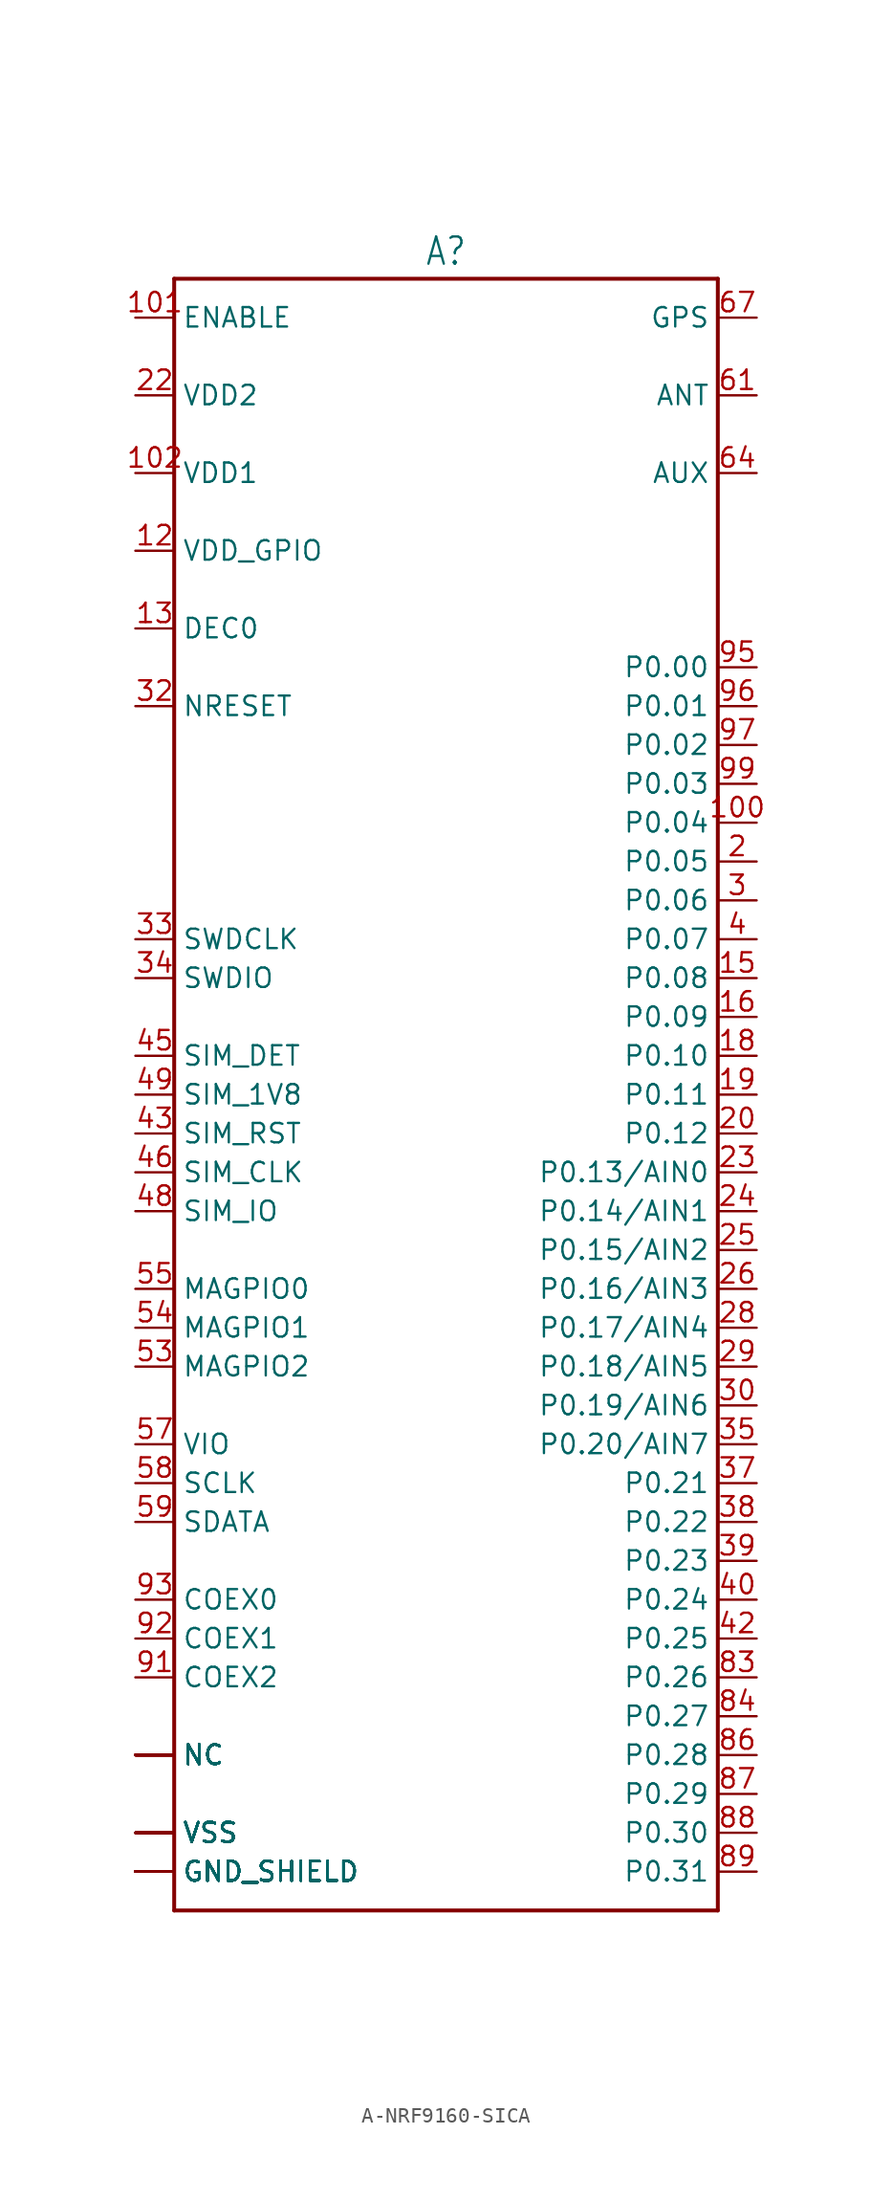
<source format=kicad_sym>
(kicad_symbol_lib
  (version 20231120)
  (generator "kicad_symbol_editor")
  (generator_version "8.0")
  (symbol "A-NRF9160-SICA"
    (property "Reference" "A"
      (at 0 51.562 0)
      (effects (font (size 1.778 1.511)) (justify bottom)))
    (property "Value" ""
      (at 0 -56.642 0)
      (effects (font (size 1.778 1.511)) (justify top)))
    (property "ki_locked" ""
      (at 0 0 0)
      (effects (font (size 1.27 1.27))))
    (symbol "A-NRF9160-SICA_1_0"
      (polyline (pts (xy -17.78 -55.88) (xy -17.78 50.8)) (stroke (width 0.254) (type solid)) (fill (type none)))
      (polyline (pts (xy -17.78 -55.88) (xy 17.78 -55.88)) (stroke (width 0.254) (type solid)) (fill (type none)))
      (polyline (pts (xy 17.78 50.8) (xy -17.78 50.8)) (stroke (width 0.254) (type solid)) (fill (type none)))
      (polyline (pts (xy 17.78 50.8) (xy 17.78 -55.88)) (stroke (width 0.254) (type solid)) (fill (type none)))
      (pin passive line (at -20.32 -53.34 0) (length 2.54) (name "GND_SHIELD" (effects (font (size 1.27 1.27)))) (number "1" (effects (font (size 0 0)))))
      (pin passive line (at -20.32 -45.72 0) (length 2.54) (name "NC" (effects (font (size 1.27 1.27)))) (number "10" (effects (font (size 0 0)))))
      (pin passive line (at 20.32 15.24 180) (length 2.54) (name "P0.04" (effects (font (size 1.27 1.27)))) (number "100" (effects (font (size 1.27 1.27)))))
      (pin passive line (at -20.32 48.26 0) (length 2.54) (name "ENABLE" (effects (font (size 1.27 1.27)))) (number "101" (effects (font (size 1.27 1.27)))))
      (pin passive line (at -20.32 38.1 0) (length 2.54) (name "VDD1" (effects (font (size 1.27 1.27)))) (number "102" (effects (font (size 1.27 1.27)))))
      (pin passive line (at -20.32 -45.72 0) (length 2.54) (name "NC" (effects (font (size 1.27 1.27)))) (number "104" (effects (font (size 0 0)))))
      (pin passive line (at -20.32 -45.72 0) (length 2.54) (name "NC" (effects (font (size 1.27 1.27)))) (number "105" (effects (font (size 0 0)))))
      (pin passive line (at -20.32 -45.72 0) (length 2.54) (name "NC" (effects (font (size 1.27 1.27)))) (number "106" (effects (font (size 0 0)))))
      (pin passive line (at -20.32 -45.72 0) (length 2.54) (name "NC" (effects (font (size 1.27 1.27)))) (number "107" (effects (font (size 0 0)))))
      (pin passive line (at -20.32 -45.72 0) (length 2.54) (name "NC" (effects (font (size 1.27 1.27)))) (number "108" (effects (font (size 0 0)))))
      (pin passive line (at -20.32 -45.72 0) (length 2.54) (name "NC" (effects (font (size 1.27 1.27)))) (number "109" (effects (font (size 0 0)))))
      (pin passive line (at -20.32 -45.72 0) (length 2.54) (name "NC" (effects (font (size 1.27 1.27)))) (number "11" (effects (font (size 0 0)))))
      (pin passive line (at -20.32 -45.72 0) (length 2.54) (name "NC" (effects (font (size 1.27 1.27)))) (number "110" (effects (font (size 0 0)))))
      (pin passive line (at -20.32 -45.72 0) (length 2.54) (name "NC" (effects (font (size 1.27 1.27)))) (number "111" (effects (font (size 0 0)))))
      (pin passive line (at -20.32 -45.72 0) (length 2.54) (name "NC" (effects (font (size 1.27 1.27)))) (number "112" (effects (font (size 0 0)))))
      (pin passive line (at -20.32 -45.72 0) (length 2.54) (name "NC" (effects (font (size 1.27 1.27)))) (number "113" (effects (font (size 0 0)))))
      (pin passive line (at -20.32 -45.72 0) (length 2.54) (name "NC" (effects (font (size 1.27 1.27)))) (number "114" (effects (font (size 0 0)))))
      (pin passive line (at -20.32 -45.72 0) (length 2.54) (name "NC" (effects (font (size 1.27 1.27)))) (number "115" (effects (font (size 0 0)))))
      (pin passive line (at -20.32 -45.72 0) (length 2.54) (name "NC" (effects (font (size 1.27 1.27)))) (number "116" (effects (font (size 0 0)))))
      (pin passive line (at -20.32 -45.72 0) (length 2.54) (name "NC" (effects (font (size 1.27 1.27)))) (number "117" (effects (font (size 0 0)))))
      (pin passive line (at -20.32 -45.72 0) (length 2.54) (name "NC" (effects (font (size 1.27 1.27)))) (number "118" (effects (font (size 0 0)))))
      (pin passive line (at -20.32 -45.72 0) (length 2.54) (name "NC" (effects (font (size 1.27 1.27)))) (number "119" (effects (font (size 0 0)))))
      (pin passive line (at -20.32 33.02 0) (length 2.54) (name "VDD_GPIO" (effects (font (size 1.27 1.27)))) (number "12" (effects (font (size 1.27 1.27)))))
      (pin passive line (at -20.32 -45.72 0) (length 2.54) (name "NC" (effects (font (size 1.27 1.27)))) (number "120" (effects (font (size 0 0)))))
      (pin passive line (at -20.32 -45.72 0) (length 2.54) (name "NC" (effects (font (size 1.27 1.27)))) (number "121" (effects (font (size 0 0)))))
      (pin passive line (at -20.32 -45.72 0) (length 2.54) (name "NC" (effects (font (size 1.27 1.27)))) (number "122" (effects (font (size 0 0)))))
      (pin passive line (at -20.32 -45.72 0) (length 2.54) (name "NC" (effects (font (size 1.27 1.27)))) (number "123" (effects (font (size 0 0)))))
      (pin passive line (at -20.32 -45.72 0) (length 2.54) (name "NC" (effects (font (size 1.27 1.27)))) (number "124" (effects (font (size 0 0)))))
      (pin passive line (at -20.32 -45.72 0) (length 2.54) (name "NC" (effects (font (size 1.27 1.27)))) (number "125" (effects (font (size 0 0)))))
      (pin passive line (at -20.32 -45.72 0) (length 2.54) (name "NC" (effects (font (size 1.27 1.27)))) (number "126" (effects (font (size 0 0)))))
      (pin passive line (at -20.32 -45.72 0) (length 2.54) (name "NC" (effects (font (size 1.27 1.27)))) (number "127" (effects (font (size 0 0)))))
      (pin passive line (at -20.32 27.94 0) (length 2.54) (name "DEC0" (effects (font (size 1.27 1.27)))) (number "13" (effects (font (size 1.27 1.27)))))
      (pin passive line (at -20.32 -53.34 0) (length 2.54) (name "GND_SHIELD" (effects (font (size 1.27 1.27)))) (number "14" (effects (font (size 0 0)))))
      (pin passive line (at 20.32 5.08 180) (length 2.54) (name "P0.08" (effects (font (size 1.27 1.27)))) (number "15" (effects (font (size 1.27 1.27)))))
      (pin passive line (at 20.32 2.54 180) (length 2.54) (name "P0.09" (effects (font (size 1.27 1.27)))) (number "16" (effects (font (size 1.27 1.27)))))
      (pin passive line (at -20.32 -53.34 0) (length 2.54) (name "GND_SHIELD" (effects (font (size 1.27 1.27)))) (number "17" (effects (font (size 0 0)))))
      (pin passive line (at 20.32 0 180) (length 2.54) (name "P0.10" (effects (font (size 1.27 1.27)))) (number "18" (effects (font (size 1.27 1.27)))))
      (pin passive line (at 20.32 -2.54 180) (length 2.54) (name "P0.11" (effects (font (size 1.27 1.27)))) (number "19" (effects (font (size 1.27 1.27)))))
      (pin passive line (at 20.32 12.7 180) (length 2.54) (name "P0.05" (effects (font (size 1.27 1.27)))) (number "2" (effects (font (size 1.27 1.27)))))
      (pin passive line (at 20.32 -5.08 180) (length 2.54) (name "P0.12" (effects (font (size 1.27 1.27)))) (number "20" (effects (font (size 1.27 1.27)))))
      (pin passive line (at -20.32 -53.34 0) (length 2.54) (name "GND_SHIELD" (effects (font (size 1.27 1.27)))) (number "21" (effects (font (size 0 0)))))
      (pin passive line (at -20.32 43.18 0) (length 2.54) (name "VDD2" (effects (font (size 1.27 1.27)))) (number "22" (effects (font (size 1.27 1.27)))))
      (pin passive line (at 20.32 -7.62 180) (length 2.54) (name "P0.13/AIN0" (effects (font (size 1.27 1.27)))) (number "23" (effects (font (size 1.27 1.27)))))
      (pin passive line (at 20.32 -10.16 180) (length 2.54) (name "P0.14/AIN1" (effects (font (size 1.27 1.27)))) (number "24" (effects (font (size 1.27 1.27)))))
      (pin passive line (at 20.32 -12.7 180) (length 2.54) (name "P0.15/AIN2" (effects (font (size 1.27 1.27)))) (number "25" (effects (font (size 1.27 1.27)))))
      (pin passive line (at 20.32 -15.24 180) (length 2.54) (name "P0.16/AIN3" (effects (font (size 1.27 1.27)))) (number "26" (effects (font (size 1.27 1.27)))))
      (pin passive line (at -20.32 -53.34 0) (length 2.54) (name "GND_SHIELD" (effects (font (size 1.27 1.27)))) (number "27" (effects (font (size 0 0)))))
      (pin passive line (at 20.32 -17.78 180) (length 2.54) (name "P0.17/AIN4" (effects (font (size 1.27 1.27)))) (number "28" (effects (font (size 1.27 1.27)))))
      (pin passive line (at 20.32 -20.32 180) (length 2.54) (name "P0.18/AIN5" (effects (font (size 1.27 1.27)))) (number "29" (effects (font (size 1.27 1.27)))))
      (pin passive line (at 20.32 10.16 180) (length 2.54) (name "P0.06" (effects (font (size 1.27 1.27)))) (number "3" (effects (font (size 1.27 1.27)))))
      (pin passive line (at 20.32 -22.86 180) (length 2.54) (name "P0.19/AIN6" (effects (font (size 1.27 1.27)))) (number "30" (effects (font (size 1.27 1.27)))))
      (pin passive line (at -20.32 -53.34 0) (length 2.54) (name "GND_SHIELD" (effects (font (size 1.27 1.27)))) (number "31" (effects (font (size 0 0)))))
      (pin passive line (at -20.32 22.86 0) (length 2.54) (name "NRESET" (effects (font (size 1.27 1.27)))) (number "32" (effects (font (size 1.27 1.27)))))
      (pin passive line (at -20.32 7.62 0) (length 2.54) (name "SWDCLK" (effects (font (size 1.27 1.27)))) (number "33" (effects (font (size 1.27 1.27)))))
      (pin passive line (at -20.32 5.08 0) (length 2.54) (name "SWDIO" (effects (font (size 1.27 1.27)))) (number "34" (effects (font (size 1.27 1.27)))))
      (pin passive line (at 20.32 -25.4 180) (length 2.54) (name "P0.20/AIN7" (effects (font (size 1.27 1.27)))) (number "35" (effects (font (size 1.27 1.27)))))
      (pin passive line (at -20.32 -53.34 0) (length 2.54) (name "GND_SHIELD" (effects (font (size 1.27 1.27)))) (number "36" (effects (font (size 0 0)))))
      (pin passive line (at 20.32 -27.94 180) (length 2.54) (name "P0.21" (effects (font (size 1.27 1.27)))) (number "37" (effects (font (size 1.27 1.27)))))
      (pin passive line (at 20.32 -30.48 180) (length 2.54) (name "P0.22" (effects (font (size 1.27 1.27)))) (number "38" (effects (font (size 1.27 1.27)))))
      (pin passive line (at 20.32 -33.02 180) (length 2.54) (name "P0.23" (effects (font (size 1.27 1.27)))) (number "39" (effects (font (size 1.27 1.27)))))
      (pin passive line (at 20.32 7.62 180) (length 2.54) (name "P0.07" (effects (font (size 1.27 1.27)))) (number "4" (effects (font (size 1.27 1.27)))))
      (pin passive line (at 20.32 -35.56 180) (length 2.54) (name "P0.24" (effects (font (size 1.27 1.27)))) (number "40" (effects (font (size 1.27 1.27)))))
      (pin passive line (at -20.32 -53.34 0) (length 2.54) (name "GND_SHIELD" (effects (font (size 1.27 1.27)))) (number "41" (effects (font (size 0 0)))))
      (pin passive line (at 20.32 -38.1 180) (length 2.54) (name "P0.25" (effects (font (size 1.27 1.27)))) (number "42" (effects (font (size 1.27 1.27)))))
      (pin passive line (at -20.32 -5.08 0) (length 2.54) (name "SIM_RST" (effects (font (size 1.27 1.27)))) (number "43" (effects (font (size 1.27 1.27)))))
      (pin passive line (at -20.32 -53.34 0) (length 2.54) (name "GND_SHIELD" (effects (font (size 1.27 1.27)))) (number "44" (effects (font (size 0 0)))))
      (pin passive line (at -20.32 0 0) (length 2.54) (name "SIM_DET" (effects (font (size 1.27 1.27)))) (number "45" (effects (font (size 1.27 1.27)))))
      (pin passive line (at -20.32 -7.62 0) (length 2.54) (name "SIM_CLK" (effects (font (size 1.27 1.27)))) (number "46" (effects (font (size 1.27 1.27)))))
      (pin passive line (at -20.32 -53.34 0) (length 2.54) (name "GND_SHIELD" (effects (font (size 1.27 1.27)))) (number "47" (effects (font (size 0 0)))))
      (pin passive line (at -20.32 -10.16 0) (length 2.54) (name "SIM_IO" (effects (font (size 1.27 1.27)))) (number "48" (effects (font (size 1.27 1.27)))))
      (pin passive line (at -20.32 -2.54 0) (length 2.54) (name "SIM_1V8" (effects (font (size 1.27 1.27)))) (number "49" (effects (font (size 1.27 1.27)))))
      (pin passive line (at -20.32 -53.34 0) (length 2.54) (name "GND_SHIELD" (effects (font (size 1.27 1.27)))) (number "5" (effects (font (size 0 0)))))
      (pin passive line (at -20.32 -53.34 0) (length 2.54) (name "GND_SHIELD" (effects (font (size 1.27 1.27)))) (number "50" (effects (font (size 0 0)))))
      (pin passive line (at -20.32 -45.72 0) (length 2.54) (name "NC" (effects (font (size 1.27 1.27)))) (number "51" (effects (font (size 0 0)))))
      (pin passive line (at -20.32 -53.34 0) (length 2.54) (name "GND_SHIELD" (effects (font (size 1.27 1.27)))) (number "52" (effects (font (size 0 0)))))
      (pin passive line (at -20.32 -20.32 0) (length 2.54) (name "MAGPIO2" (effects (font (size 1.27 1.27)))) (number "53" (effects (font (size 1.27 1.27)))))
      (pin passive line (at -20.32 -17.78 0) (length 2.54) (name "MAGPIO1" (effects (font (size 1.27 1.27)))) (number "54" (effects (font (size 1.27 1.27)))))
      (pin passive line (at -20.32 -15.24 0) (length 2.54) (name "MAGPIO0" (effects (font (size 1.27 1.27)))) (number "55" (effects (font (size 1.27 1.27)))))
      (pin passive line (at -20.32 -53.34 0) (length 2.54) (name "GND_SHIELD" (effects (font (size 1.27 1.27)))) (number "56" (effects (font (size 0 0)))))
      (pin passive line (at -20.32 -25.4 0) (length 2.54) (name "VIO" (effects (font (size 1.27 1.27)))) (number "57" (effects (font (size 1.27 1.27)))))
      (pin passive line (at -20.32 -27.94 0) (length 2.54) (name "SCLK" (effects (font (size 1.27 1.27)))) (number "58" (effects (font (size 1.27 1.27)))))
      (pin passive line (at -20.32 -30.48 0) (length 2.54) (name "SDATA" (effects (font (size 1.27 1.27)))) (number "59" (effects (font (size 1.27 1.27)))))
      (pin passive line (at -20.32 -45.72 0) (length 2.54) (name "NC" (effects (font (size 1.27 1.27)))) (number "6" (effects (font (size 0 0)))))
      (pin passive line (at -20.32 -53.34 0) (length 2.54) (name "GND_SHIELD" (effects (font (size 1.27 1.27)))) (number "60" (effects (font (size 0 0)))))
      (pin passive line (at 20.32 43.18 180) (length 2.54) (name "ANT" (effects (font (size 1.27 1.27)))) (number "61" (effects (font (size 1.27 1.27)))))
      (pin passive line (at -20.32 -53.34 0) (length 2.54) (name "GND_SHIELD" (effects (font (size 1.27 1.27)))) (number "62" (effects (font (size 0 0)))))
      (pin passive line (at -20.32 -53.34 0) (length 2.54) (name "GND_SHIELD" (effects (font (size 1.27 1.27)))) (number "63" (effects (font (size 0 0)))))
      (pin passive line (at 20.32 38.1 180) (length 2.54) (name "AUX" (effects (font (size 1.27 1.27)))) (number "64" (effects (font (size 1.27 1.27)))))
      (pin passive line (at -20.32 -53.34 0) (length 2.54) (name "GND_SHIELD" (effects (font (size 1.27 1.27)))) (number "65" (effects (font (size 0 0)))))
      (pin passive line (at -20.32 -53.34 0) (length 2.54) (name "GND_SHIELD" (effects (font (size 1.27 1.27)))) (number "66" (effects (font (size 0 0)))))
      (pin passive line (at 20.32 48.26 180) (length 2.54) (name "GPS" (effects (font (size 1.27 1.27)))) (number "67" (effects (font (size 1.27 1.27)))))
      (pin passive line (at -20.32 -45.72 0) (length 2.54) (name "NC" (effects (font (size 1.27 1.27)))) (number "68" (effects (font (size 0 0)))))
      (pin passive line (at -20.32 -45.72 0) (length 2.54) (name "NC" (effects (font (size 1.27 1.27)))) (number "69" (effects (font (size 0 0)))))
      (pin passive line (at -20.32 -45.72 0) (length 2.54) (name "NC" (effects (font (size 1.27 1.27)))) (number "7" (effects (font (size 0 0)))))
      (pin passive line (at -20.32 -45.72 0) (length 2.54) (name "NC" (effects (font (size 1.27 1.27)))) (number "70" (effects (font (size 0 0)))))
      (pin passive line (at -20.32 -45.72 0) (length 2.54) (name "NC" (effects (font (size 1.27 1.27)))) (number "71" (effects (font (size 0 0)))))
      (pin passive line (at -20.32 -53.34 0) (length 2.54) (name "GND_SHIELD" (effects (font (size 1.27 1.27)))) (number "72" (effects (font (size 0 0)))))
      (pin passive line (at -20.32 -45.72 0) (length 2.54) (name "NC" (effects (font (size 1.27 1.27)))) (number "73" (effects (font (size 0 0)))))
      (pin passive line (at -20.32 -53.34 0) (length 2.54) (name "GND_SHIELD" (effects (font (size 1.27 1.27)))) (number "74" (effects (font (size 0 0)))))
      (pin passive line (at -20.32 -53.34 0) (length 2.54) (name "GND_SHIELD" (effects (font (size 1.27 1.27)))) (number "75" (effects (font (size 0 0)))))
      (pin passive line (at -20.32 -53.34 0) (length 2.54) (name "GND_SHIELD" (effects (font (size 1.27 1.27)))) (number "76" (effects (font (size 0 0)))))
      (pin passive line (at -20.32 -53.34 0) (length 2.54) (name "GND_SHIELD" (effects (font (size 1.27 1.27)))) (number "77" (effects (font (size 0 0)))))
      (pin passive line (at -20.32 -53.34 0) (length 2.54) (name "GND_SHIELD" (effects (font (size 1.27 1.27)))) (number "78" (effects (font (size 0 0)))))
      (pin passive line (at -20.32 -53.34 0) (length 2.54) (name "GND_SHIELD" (effects (font (size 1.27 1.27)))) (number "79" (effects (font (size 0 0)))))
      (pin passive line (at -20.32 -45.72 0) (length 2.54) (name "NC" (effects (font (size 1.27 1.27)))) (number "8" (effects (font (size 0 0)))))
      (pin passive line (at -20.32 -53.34 0) (length 2.54) (name "GND_SHIELD" (effects (font (size 1.27 1.27)))) (number "80" (effects (font (size 0 0)))))
      (pin passive line (at -20.32 -53.34 0) (length 2.54) (name "GND_SHIELD" (effects (font (size 1.27 1.27)))) (number "81" (effects (font (size 0 0)))))
      (pin passive line (at -20.32 -53.34 0) (length 2.54) (name "GND_SHIELD" (effects (font (size 1.27 1.27)))) (number "82" (effects (font (size 0 0)))))
      (pin passive line (at 20.32 -40.64 180) (length 2.54) (name "P0.26" (effects (font (size 1.27 1.27)))) (number "83" (effects (font (size 1.27 1.27)))))
      (pin passive line (at 20.32 -43.18 180) (length 2.54) (name "P0.27" (effects (font (size 1.27 1.27)))) (number "84" (effects (font (size 1.27 1.27)))))
      (pin passive line (at -20.32 -53.34 0) (length 2.54) (name "GND_SHIELD" (effects (font (size 1.27 1.27)))) (number "85" (effects (font (size 0 0)))))
      (pin passive line (at 20.32 -45.72 180) (length 2.54) (name "P0.28" (effects (font (size 1.27 1.27)))) (number "86" (effects (font (size 1.27 1.27)))))
      (pin passive line (at 20.32 -48.26 180) (length 2.54) (name "P0.29" (effects (font (size 1.27 1.27)))) (number "87" (effects (font (size 1.27 1.27)))))
      (pin passive line (at 20.32 -50.8 180) (length 2.54) (name "P0.30" (effects (font (size 1.27 1.27)))) (number "88" (effects (font (size 1.27 1.27)))))
      (pin passive line (at 20.32 -53.34 180) (length 2.54) (name "P0.31" (effects (font (size 1.27 1.27)))) (number "89" (effects (font (size 1.27 1.27)))))
      (pin passive line (at -20.32 -53.34 0) (length 2.54) (name "GND_SHIELD" (effects (font (size 1.27 1.27)))) (number "9" (effects (font (size 0 0)))))
      (pin passive line (at -20.32 -53.34 0) (length 2.54) (name "GND_SHIELD" (effects (font (size 1.27 1.27)))) (number "90" (effects (font (size 0 0)))))
      (pin passive line (at -20.32 -40.64 0) (length 2.54) (name "COEX2" (effects (font (size 1.27 1.27)))) (number "91" (effects (font (size 1.27 1.27)))))
      (pin passive line (at -20.32 -38.1 0) (length 2.54) (name "COEX1" (effects (font (size 1.27 1.27)))) (number "92" (effects (font (size 1.27 1.27)))))
      (pin passive line (at -20.32 -35.56 0) (length 2.54) (name "COEX0" (effects (font (size 1.27 1.27)))) (number "93" (effects (font (size 1.27 1.27)))))
      (pin passive line (at -20.32 -53.34 0) (length 2.54) (name "GND_SHIELD" (effects (font (size 1.27 1.27)))) (number "94" (effects (font (size 0 0)))))
      (pin passive line (at 20.32 25.4 180) (length 2.54) (name "P0.00" (effects (font (size 1.27 1.27)))) (number "95" (effects (font (size 1.27 1.27)))))
      (pin passive line (at 20.32 22.86 180) (length 2.54) (name "P0.01" (effects (font (size 1.27 1.27)))) (number "96" (effects (font (size 1.27 1.27)))))
      (pin passive line (at 20.32 20.32 180) (length 2.54) (name "P0.02" (effects (font (size 1.27 1.27)))) (number "97" (effects (font (size 1.27 1.27)))))
      (pin passive line (at -20.32 -53.34 0) (length 2.54) (name "GND_SHIELD" (effects (font (size 1.27 1.27)))) (number "98" (effects (font (size 0 0)))))
      (pin passive line (at 20.32 17.78 180) (length 2.54) (name "P0.03" (effects (font (size 1.27 1.27)))) (number "99" (effects (font (size 1.27 1.27)))))
      (pin passive line (at -20.32 -50.8 0) (length 2.54) (name "VSS" (effects (font (size 1.27 1.27)))) (number "TH1" (effects (font (size 0 0)))))
      (pin passive line (at -20.32 -50.8 0) (length 2.54) (name "VSS" (effects (font (size 1.27 1.27)))) (number "TH10" (effects (font (size 0 0)))))
      (pin passive line (at -20.32 -50.8 0) (length 2.54) (name "VSS" (effects (font (size 1.27 1.27)))) (number "TH11" (effects (font (size 0 0)))))
      (pin passive line (at -20.32 -50.8 0) (length 2.54) (name "VSS" (effects (font (size 1.27 1.27)))) (number "TH12" (effects (font (size 0 0)))))
      (pin passive line (at -20.32 -50.8 0) (length 2.54) (name "VSS" (effects (font (size 1.27 1.27)))) (number "TH13" (effects (font (size 0 0)))))
      (pin passive line (at -20.32 -50.8 0) (length 2.54) (name "VSS" (effects (font (size 1.27 1.27)))) (number "TH14" (effects (font (size 0 0)))))
      (pin passive line (at -20.32 -50.8 0) (length 2.54) (name "VSS" (effects (font (size 1.27 1.27)))) (number "TH15" (effects (font (size 0 0)))))
      (pin passive line (at -20.32 -50.8 0) (length 2.54) (name "VSS" (effects (font (size 1.27 1.27)))) (number "TH16" (effects (font (size 0 0)))))
      (pin passive line (at -20.32 -50.8 0) (length 2.54) (name "VSS" (effects (font (size 1.27 1.27)))) (number "TH17" (effects (font (size 0 0)))))
      (pin passive line (at -20.32 -50.8 0) (length 2.54) (name "VSS" (effects (font (size 1.27 1.27)))) (number "TH18" (effects (font (size 0 0)))))
      (pin passive line (at -20.32 -50.8 0) (length 2.54) (name "VSS" (effects (font (size 1.27 1.27)))) (number "TH19" (effects (font (size 0 0)))))
      (pin passive line (at -20.32 -50.8 0) (length 2.54) (name "VSS" (effects (font (size 1.27 1.27)))) (number "TH2" (effects (font (size 0 0)))))
      (pin passive line (at -20.32 -50.8 0) (length 2.54) (name "VSS" (effects (font (size 1.27 1.27)))) (number "TH20" (effects (font (size 0 0)))))
      (pin passive line (at -20.32 -50.8 0) (length 2.54) (name "VSS" (effects (font (size 1.27 1.27)))) (number "TH21" (effects (font (size 0 0)))))
      (pin passive line (at -20.32 -50.8 0) (length 2.54) (name "VSS" (effects (font (size 1.27 1.27)))) (number "TH22" (effects (font (size 0 0)))))
      (pin passive line (at -20.32 -50.8 0) (length 2.54) (name "VSS" (effects (font (size 1.27 1.27)))) (number "TH23" (effects (font (size 0 0)))))
      (pin passive line (at -20.32 -50.8 0) (length 2.54) (name "VSS" (effects (font (size 1.27 1.27)))) (number "TH24" (effects (font (size 0 0)))))
      (pin passive line (at -20.32 -50.8 0) (length 2.54) (name "VSS" (effects (font (size 1.27 1.27)))) (number "TH25" (effects (font (size 0 0)))))
      (pin passive line (at -20.32 -50.8 0) (length 2.54) (name "VSS" (effects (font (size 1.27 1.27)))) (number "TH26" (effects (font (size 0 0)))))
      (pin passive line (at -20.32 -50.8 0) (length 2.54) (name "VSS" (effects (font (size 1.27 1.27)))) (number "TH27" (effects (font (size 0 0)))))
      (pin passive line (at -20.32 -50.8 0) (length 2.54) (name "VSS" (effects (font (size 1.27 1.27)))) (number "TH28" (effects (font (size 0 0)))))
      (pin passive line (at -20.32 -50.8 0) (length 2.54) (name "VSS" (effects (font (size 1.27 1.27)))) (number "TH29" (effects (font (size 0 0)))))
      (pin passive line (at -20.32 -50.8 0) (length 2.54) (name "VSS" (effects (font (size 1.27 1.27)))) (number "TH3" (effects (font (size 0 0)))))
      (pin passive line (at -20.32 -50.8 0) (length 2.54) (name "VSS" (effects (font (size 1.27 1.27)))) (number "TH30" (effects (font (size 0 0)))))
      (pin passive line (at -20.32 -50.8 0) (length 2.54) (name "VSS" (effects (font (size 1.27 1.27)))) (number "TH31" (effects (font (size 0 0)))))
      (pin passive line (at -20.32 -50.8 0) (length 2.54) (name "VSS" (effects (font (size 1.27 1.27)))) (number "TH32" (effects (font (size 0 0)))))
      (pin passive line (at -20.32 -50.8 0) (length 2.54) (name "VSS" (effects (font (size 1.27 1.27)))) (number "TH33" (effects (font (size 0 0)))))
      (pin passive line (at -20.32 -50.8 0) (length 2.54) (name "VSS" (effects (font (size 1.27 1.27)))) (number "TH34" (effects (font (size 0 0)))))
      (pin passive line (at -20.32 -50.8 0) (length 2.54) (name "VSS" (effects (font (size 1.27 1.27)))) (number "TH35" (effects (font (size 0 0)))))
      (pin passive line (at -20.32 -50.8 0) (length 2.54) (name "VSS" (effects (font (size 1.27 1.27)))) (number "TH4" (effects (font (size 0 0)))))
      (pin passive line (at -20.32 -50.8 0) (length 2.54) (name "VSS" (effects (font (size 1.27 1.27)))) (number "TH5" (effects (font (size 0 0)))))
      (pin passive line (at -20.32 -50.8 0) (length 2.54) (name "VSS" (effects (font (size 1.27 1.27)))) (number "TH6" (effects (font (size 0 0)))))
      (pin passive line (at -20.32 -50.8 0) (length 2.54) (name "VSS" (effects (font (size 1.27 1.27)))) (number "TH7" (effects (font (size 0 0)))))
      (pin passive line (at -20.32 -50.8 0) (length 2.54) (name "VSS" (effects (font (size 1.27 1.27)))) (number "TH8" (effects (font (size 0 0)))))
      (pin passive line (at -20.32 -50.8 0) (length 2.54) (name "VSS" (effects (font (size 1.27 1.27)))) (number "TH9" (effects (font (size 0 0))))))))
</source>
